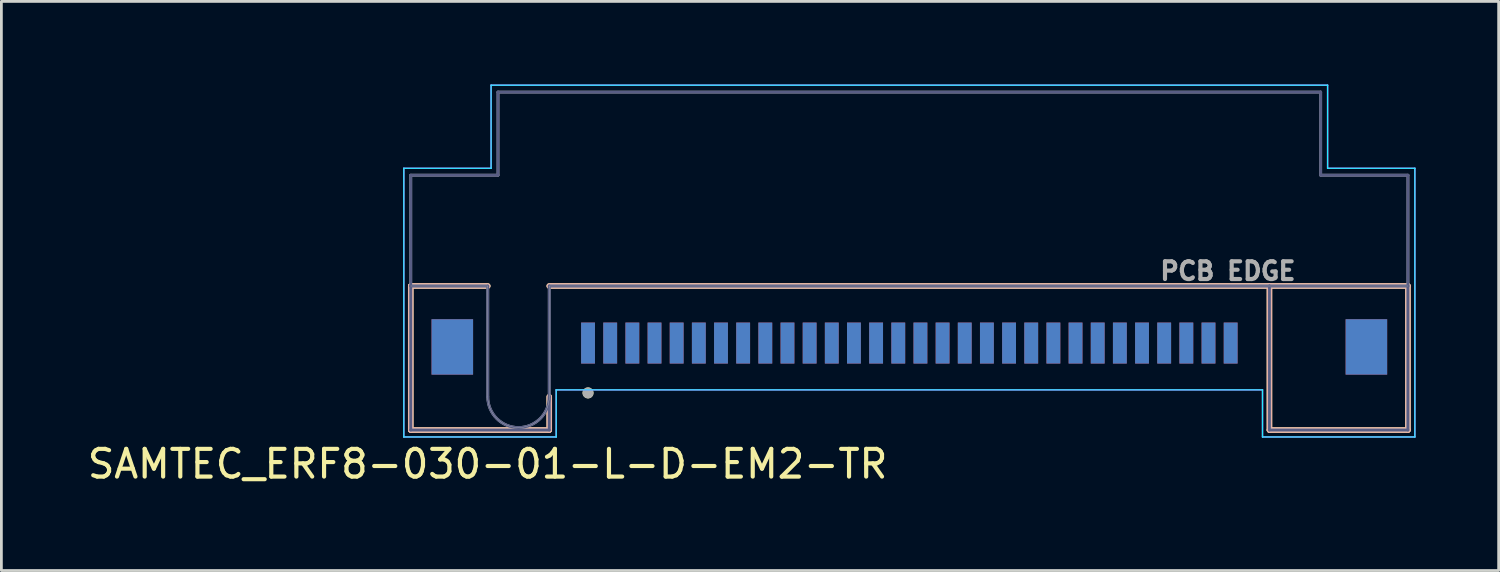
<source format=kicad_pcb>
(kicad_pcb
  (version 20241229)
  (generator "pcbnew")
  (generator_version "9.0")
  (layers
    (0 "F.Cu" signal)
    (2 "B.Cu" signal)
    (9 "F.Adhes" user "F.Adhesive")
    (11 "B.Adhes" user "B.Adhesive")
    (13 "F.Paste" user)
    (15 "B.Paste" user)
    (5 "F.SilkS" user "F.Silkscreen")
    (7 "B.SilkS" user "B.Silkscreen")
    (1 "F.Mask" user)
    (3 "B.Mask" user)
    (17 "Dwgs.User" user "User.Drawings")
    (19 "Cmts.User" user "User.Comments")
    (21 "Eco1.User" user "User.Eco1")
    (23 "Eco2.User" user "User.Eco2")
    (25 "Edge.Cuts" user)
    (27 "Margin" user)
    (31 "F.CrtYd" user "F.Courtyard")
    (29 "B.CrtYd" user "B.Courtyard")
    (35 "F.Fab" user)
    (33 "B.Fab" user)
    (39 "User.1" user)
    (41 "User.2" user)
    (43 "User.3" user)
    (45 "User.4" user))
  (footprint "SAMTEC_ERF8-030-01-L-D-EM2-TR"
    (layer "F.Cu")
    (at 29.779 9.335)
    (property "Reference" "SAMTEC_ERF8-030-01-L-D-EM2-TR" (at -15.225 4.365 0) (layer "F.SilkS") (effects (font (size 1 1) (thickness 0.15))))
    (attr smd)
    (fp_line (start -18 -2.06) (end -15.22 -2.06) (stroke (width 0.2) (type solid)) (layer "F.SilkS"))
    (fp_line (start -18 3.14) (end -18 -2.06) (stroke (width 0.2) (type solid)) (layer "F.SilkS"))
    (fp_line (start -13 -2.06) (end 13 -2.06) (stroke (width 0.2) (type solid)) (layer "F.SilkS"))
    (fp_line (start -13 3.14) (end -18 3.14) (stroke (width 0.2) (type solid)) (layer "F.SilkS"))
    (fp_line (start -13 3.14) (end -13 1.94) (stroke (width 0.2) (type solid)) (layer "F.SilkS"))
    (fp_line (start 13 -2.06) (end 18 -2.06) (stroke (width 0.2) (type solid)) (layer "F.SilkS"))
    (fp_line (start 13 3.14) (end 13 -2.06) (stroke (width 0.2) (type solid)) (layer "F.SilkS"))
    (fp_line (start 18 -2.06) (end 18 3.14) (stroke (width 0.2) (type solid)) (layer "F.SilkS"))
    (fp_line (start 18 3.14) (end 13 3.14) (stroke (width 0.2) (type solid)) (layer "F.SilkS"))
    (fp_circle (center -11.6 1.8) (end -11.5 1.8) (stroke (width 0.2) (type solid)) (fill no) (layer "F.SilkS"))
    (fp_line (start -18 -2.06) (end -15.22 -2.06) (stroke (width 0.2) (type solid)) (layer "B.SilkS"))
    (fp_line (start -18 3.14) (end -18 -2.06) (stroke (width 0.2) (type solid)) (layer "B.SilkS"))
    (fp_line (start -13 -2.06) (end 13 -2.06) (stroke (width 0.2) (type solid)) (layer "B.SilkS"))
    (fp_line (start -13 3.14) (end -18 3.14) (stroke (width 0.2) (type solid)) (layer "B.SilkS"))
    (fp_line (start -13 3.14) (end -13 1.94) (stroke (width 0.2) (type solid)) (layer "B.SilkS"))
    (fp_line (start 13 -2.06) (end 18 -2.06) (stroke (width 0.2) (type solid)) (layer "B.SilkS"))
    (fp_line (start 13 3.14) (end 13 -2.06) (stroke (width 0.2) (type solid)) (layer "B.SilkS"))
    (fp_line (start 18 -2.06) (end 18 3.14) (stroke (width 0.2) (type solid)) (layer "B.SilkS"))
    (fp_line (start 18 3.14) (end 13 3.14) (stroke (width 0.2) (type solid)) (layer "B.SilkS"))
    (fp_poly (pts (xy -11.78 1.44) (xy -11.42 1.44) (xy -11.42 0.17) (xy -11.6 -0.087) (xy -11.78 0.17)) (stroke (width 0.01) (type solid)) (fill yes) (layer "F.Paste"))
    (fp_poly (pts (xy -10.98 1.44) (xy -10.62 1.44) (xy -10.62 0.17) (xy -10.8 -0.087) (xy -10.98 0.17)) (stroke (width 0.01) (type solid)) (fill yes) (layer "F.Paste"))
    (fp_poly (pts (xy -10.18 1.44) (xy -9.82 1.44) (xy -9.82 0.17) (xy -10 -0.087) (xy -10.18 0.17)) (stroke (width 0.01) (type solid)) (fill yes) (layer "F.Paste"))
    (fp_poly (pts (xy -9.38 1.44) (xy -9.02 1.44) (xy -9.02 0.17) (xy -9.2 -0.087) (xy -9.38 0.17)) (stroke (width 0.01) (type solid)) (fill yes) (layer "F.Paste"))
    (fp_poly (pts (xy -8.58 1.44) (xy -8.22 1.44) (xy -8.22 0.17) (xy -8.4 -0.087) (xy -8.58 0.17)) (stroke (width 0.01) (type solid)) (fill yes) (layer "F.Paste"))
    (fp_poly (pts (xy -7.78 1.44) (xy -7.42 1.44) (xy -7.42 0.17) (xy -7.6 -0.087) (xy -7.78 0.17)) (stroke (width 0.01) (type solid)) (fill yes) (layer "F.Paste"))
    (fp_poly (pts (xy -6.98 1.44) (xy -6.62 1.44) (xy -6.62 0.17) (xy -6.8 -0.087) (xy -6.98 0.17)) (stroke (width 0.01) (type solid)) (fill yes) (layer "F.Paste"))
    (fp_poly (pts (xy -6.18 1.44) (xy -5.82 1.44) (xy -5.82 0.17) (xy -6 -0.087) (xy -6.18 0.17)) (stroke (width 0.01) (type solid)) (fill yes) (layer "F.Paste"))
    (fp_poly (pts (xy -5.38 1.44) (xy -5.02 1.44) (xy -5.02 0.17) (xy -5.2 -0.087) (xy -5.38 0.17)) (stroke (width 0.01) (type solid)) (fill yes) (layer "F.Paste"))
    (fp_poly (pts (xy -4.58 1.44) (xy -4.22 1.44) (xy -4.22 0.17) (xy -4.4 -0.087) (xy -4.58 0.17)) (stroke (width 0.01) (type solid)) (fill yes) (layer "F.Paste"))
    (fp_poly (pts (xy -3.78 1.44) (xy -3.42 1.44) (xy -3.42 0.17) (xy -3.6 -0.087) (xy -3.78 0.17)) (stroke (width 0.01) (type solid)) (fill yes) (layer "F.Paste"))
    (fp_poly (pts (xy -2.98 1.44) (xy -2.62 1.44) (xy -2.62 0.17) (xy -2.8 -0.087) (xy -2.98 0.17)) (stroke (width 0.01) (type solid)) (fill yes) (layer "F.Paste"))
    (fp_poly (pts (xy -2.18 1.44) (xy -1.82 1.44) (xy -1.82 0.17) (xy -2 -0.087) (xy -2.18 0.17)) (stroke (width 0.01) (type solid)) (fill yes) (layer "F.Paste"))
    (fp_poly (pts (xy -1.38 1.44) (xy -1.02 1.44) (xy -1.02 0.17) (xy -1.2 -0.087) (xy -1.38 0.17)) (stroke (width 0.01) (type solid)) (fill yes) (layer "F.Paste"))
    (fp_poly (pts (xy -0.58 1.44) (xy -0.22 1.44) (xy -0.22 0.17) (xy -0.4 -0.087) (xy -0.58 0.17)) (stroke (width 0.01) (type solid)) (fill yes) (layer "F.Paste"))
    (fp_poly (pts (xy 0.22 1.44) (xy 0.58 1.44) (xy 0.58 0.17) (xy 0.4 -0.087) (xy 0.22 0.17)) (stroke (width 0.01) (type solid)) (fill yes) (layer "F.Paste"))
    (fp_poly (pts (xy 1.02 1.44) (xy 1.38 1.44) (xy 1.38 0.17) (xy 1.2 -0.087) (xy 1.02 0.17)) (stroke (width 0.01) (type solid)) (fill yes) (layer "F.Paste"))
    (fp_poly (pts (xy 1.82 1.44) (xy 2.18 1.44) (xy 2.18 0.17) (xy 2 -0.087) (xy 1.82 0.17)) (stroke (width 0.01) (type solid)) (fill yes) (layer "F.Paste"))
    (fp_poly (pts (xy 2.62 1.44) (xy 2.98 1.44) (xy 2.98 0.17) (xy 2.8 -0.087) (xy 2.62 0.17)) (stroke (width 0.01) (type solid)) (fill yes) (layer "F.Paste"))
    (fp_poly (pts (xy 3.42 1.44) (xy 3.78 1.44) (xy 3.78 0.17) (xy 3.6 -0.087) (xy 3.42 0.17)) (stroke (width 0.01) (type solid)) (fill yes) (layer "F.Paste"))
    (fp_poly (pts (xy 4.22 1.44) (xy 4.58 1.44) (xy 4.58 0.17) (xy 4.4 -0.087) (xy 4.22 0.17)) (stroke (width 0.01) (type solid)) (fill yes) (layer "F.Paste"))
    (fp_poly (pts (xy 5.02 1.44) (xy 5.38 1.44) (xy 5.38 0.17) (xy 5.2 -0.087) (xy 5.02 0.17)) (stroke (width 0.01) (type solid)) (fill yes) (layer "F.Paste"))
    (fp_poly (pts (xy 5.82 1.44) (xy 6.18 1.44) (xy 6.18 0.17) (xy 6 -0.087) (xy 5.82 0.17)) (stroke (width 0.01) (type solid)) (fill yes) (layer "F.Paste"))
    (fp_poly (pts (xy 6.62 1.44) (xy 6.98 1.44) (xy 6.98 0.17) (xy 6.8 -0.087) (xy 6.62 0.17)) (stroke (width 0.01) (type solid)) (fill yes) (layer "F.Paste"))
    (fp_poly (pts (xy 7.42 1.44) (xy 7.78 1.44) (xy 7.78 0.17) (xy 7.6 -0.087) (xy 7.42 0.17)) (stroke (width 0.01) (type solid)) (fill yes) (layer "F.Paste"))
    (fp_poly (pts (xy 8.22 1.44) (xy 8.58 1.44) (xy 8.58 0.17) (xy 8.4 -0.087) (xy 8.22 0.17)) (stroke (width 0.01) (type solid)) (fill yes) (layer "F.Paste"))
    (fp_poly (pts (xy 9.02 1.44) (xy 9.38 1.44) (xy 9.38 0.17) (xy 9.2 -0.087) (xy 9.02 0.17)) (stroke (width 0.01) (type solid)) (fill yes) (layer "F.Paste"))
    (fp_poly (pts (xy 9.82 1.44) (xy 10.18 1.44) (xy 10.18 0.17) (xy 10 -0.087) (xy 9.82 0.17)) (stroke (width 0.01) (type solid)) (fill yes) (layer "F.Paste"))
    (fp_poly (pts (xy 10.62 1.44) (xy 10.98 1.44) (xy 10.98 0.17) (xy 10.8 -0.087) (xy 10.62 0.17)) (stroke (width 0.01) (type solid)) (fill yes) (layer "F.Paste"))
    (fp_poly (pts (xy 11.42 1.44) (xy 11.78 1.44) (xy 11.78 0.17) (xy 11.6 -0.087) (xy 11.42 0.17)) (stroke (width 0.01) (type solid)) (fill yes) (layer "F.Paste"))
    (fp_poly (pts (xy -11.78 1.44) (xy -11.42 1.44) (xy -11.42 0.17) (xy -11.6 -0.087) (xy -11.78 0.17)) (stroke (width 0.01) (type solid)) (fill yes) (layer "B.Paste"))
    (fp_poly (pts (xy -10.98 1.44) (xy -10.62 1.44) (xy -10.62 0.17) (xy -10.8 -0.087) (xy -10.98 0.17)) (stroke (width 0.01) (type solid)) (fill yes) (layer "B.Paste"))
    (fp_poly (pts (xy -10.18 1.44) (xy -9.82 1.44) (xy -9.82 0.17) (xy -10 -0.087) (xy -10.18 0.17)) (stroke (width 0.01) (type solid)) (fill yes) (layer "B.Paste"))
    (fp_poly (pts (xy -9.38 1.44) (xy -9.02 1.44) (xy -9.02 0.17) (xy -9.2 -0.087) (xy -9.38 0.17)) (stroke (width 0.01) (type solid)) (fill yes) (layer "B.Paste"))
    (fp_poly (pts (xy -8.58 1.44) (xy -8.22 1.44) (xy -8.22 0.17) (xy -8.4 -0.087) (xy -8.58 0.17)) (stroke (width 0.01) (type solid)) (fill yes) (layer "B.Paste"))
    (fp_poly (pts (xy -7.78 1.44) (xy -7.42 1.44) (xy -7.42 0.17) (xy -7.6 -0.087) (xy -7.78 0.17)) (stroke (width 0.01) (type solid)) (fill yes) (layer "B.Paste"))
    (fp_poly (pts (xy -6.98 1.44) (xy -6.62 1.44) (xy -6.62 0.17) (xy -6.8 -0.087) (xy -6.98 0.17)) (stroke (width 0.01) (type solid)) (fill yes) (layer "B.Paste"))
    (fp_poly (pts (xy -6.18 1.44) (xy -5.82 1.44) (xy -5.82 0.17) (xy -6 -0.087) (xy -6.18 0.17)) (stroke (width 0.01) (type solid)) (fill yes) (layer "B.Paste"))
    (fp_poly (pts (xy -5.38 1.44) (xy -5.02 1.44) (xy -5.02 0.17) (xy -5.2 -0.087) (xy -5.38 0.17)) (stroke (width 0.01) (type solid)) (fill yes) (layer "B.Paste"))
    (fp_poly (pts (xy -4.58 1.44) (xy -4.22 1.44) (xy -4.22 0.17) (xy -4.4 -0.087) (xy -4.58 0.17)) (stroke (width 0.01) (type solid)) (fill yes) (layer "B.Paste"))
    (fp_poly (pts (xy -3.78 1.44) (xy -3.42 1.44) (xy -3.42 0.17) (xy -3.6 -0.087) (xy -3.78 0.17)) (stroke (width 0.01) (type solid)) (fill yes) (layer "B.Paste"))
    (fp_poly (pts (xy -2.98 1.44) (xy -2.62 1.44) (xy -2.62 0.17) (xy -2.8 -0.087) (xy -2.98 0.17)) (stroke (width 0.01) (type solid)) (fill yes) (layer "B.Paste"))
    (fp_poly (pts (xy -2.18 1.44) (xy -1.82 1.44) (xy -1.82 0.17) (xy -2 -0.087) (xy -2.18 0.17)) (stroke (width 0.01) (type solid)) (fill yes) (layer "B.Paste"))
    (fp_poly (pts (xy -1.38 1.44) (xy -1.02 1.44) (xy -1.02 0.17) (xy -1.2 -0.087) (xy -1.38 0.17)) (stroke (width 0.01) (type solid)) (fill yes) (layer "B.Paste"))
    (fp_poly (pts (xy -0.58 1.44) (xy -0.22 1.44) (xy -0.22 0.17) (xy -0.4 -0.087) (xy -0.58 0.17)) (stroke (width 0.01) (type solid)) (fill yes) (layer "B.Paste"))
    (fp_poly (pts (xy 0.22 1.44) (xy 0.58 1.44) (xy 0.58 0.17) (xy 0.4 -0.087) (xy 0.22 0.17)) (stroke (width 0.01) (type solid)) (fill yes) (layer "B.Paste"))
    (fp_poly (pts (xy 1.02 1.44) (xy 1.38 1.44) (xy 1.38 0.17) (xy 1.2 -0.087) (xy 1.02 0.17)) (stroke (width 0.01) (type solid)) (fill yes) (layer "B.Paste"))
    (fp_poly (pts (xy 1.82 1.44) (xy 2.18 1.44) (xy 2.18 0.17) (xy 2 -0.087) (xy 1.82 0.17)) (stroke (width 0.01) (type solid)) (fill yes) (layer "B.Paste"))
    (fp_poly (pts (xy 2.62 1.44) (xy 2.98 1.44) (xy 2.98 0.17) (xy 2.8 -0.087) (xy 2.62 0.17)) (stroke (width 0.01) (type solid)) (fill yes) (layer "B.Paste"))
    (fp_poly (pts (xy 3.42 1.44) (xy 3.78 1.44) (xy 3.78 0.17) (xy 3.6 -0.087) (xy 3.42 0.17)) (stroke (width 0.01) (type solid)) (fill yes) (layer "B.Paste"))
    (fp_poly (pts (xy 4.22 1.44) (xy 4.58 1.44) (xy 4.58 0.17) (xy 4.4 -0.087) (xy 4.22 0.17)) (stroke (width 0.01) (type solid)) (fill yes) (layer "B.Paste"))
    (fp_poly (pts (xy 5.02 1.44) (xy 5.38 1.44) (xy 5.38 0.17) (xy 5.2 -0.087) (xy 5.02 0.17)) (stroke (width 0.01) (type solid)) (fill yes) (layer "B.Paste"))
    (fp_poly (pts (xy 5.82 1.44) (xy 6.18 1.44) (xy 6.18 0.17) (xy 6 -0.087) (xy 5.82 0.17)) (stroke (width 0.01) (type solid)) (fill yes) (layer "B.Paste"))
    (fp_poly (pts (xy 6.62 1.44) (xy 6.98 1.44) (xy 6.98 0.17) (xy 6.8 -0.087) (xy 6.62 0.17)) (stroke (width 0.01) (type solid)) (fill yes) (layer "B.Paste"))
    (fp_poly (pts (xy 7.42 1.44) (xy 7.78 1.44) (xy 7.78 0.17) (xy 7.6 -0.087) (xy 7.42 0.17)) (stroke (width 0.01) (type solid)) (fill yes) (layer "B.Paste"))
    (fp_poly (pts (xy 8.22 1.44) (xy 8.58 1.44) (xy 8.58 0.17) (xy 8.4 -0.087) (xy 8.22 0.17)) (stroke (width 0.01) (type solid)) (fill yes) (layer "B.Paste"))
    (fp_poly (pts (xy 9.02 1.44) (xy 9.38 1.44) (xy 9.38 0.17) (xy 9.2 -0.087) (xy 9.02 0.17)) (stroke (width 0.01) (type solid)) (fill yes) (layer "B.Paste"))
    (fp_poly (pts (xy 9.82 1.44) (xy 10.18 1.44) (xy 10.18 0.17) (xy 10 -0.087) (xy 9.82 0.17)) (stroke (width 0.01) (type solid)) (fill yes) (layer "B.Paste"))
    (fp_poly (pts (xy 10.62 1.44) (xy 10.98 1.44) (xy 10.98 0.17) (xy 10.8 -0.087) (xy 10.62 0.17)) (stroke (width 0.01) (type solid)) (fill yes) (layer "B.Paste"))
    (fp_poly (pts (xy 11.42 1.44) (xy 11.78 1.44) (xy 11.78 0.17) (xy 11.6 -0.087) (xy 11.42 0.17)) (stroke (width 0.01) (type solid)) (fill yes) (layer "B.Paste"))
    (fp_line (start -15.22 -2.06) (end -18 -2.06) (stroke (width 0.01) (type solid)) (layer "Edge.Cuts"))
    (fp_line (start -15.22 1.94) (end -15.22 -2.06) (stroke (width 0.01) (type solid)) (layer "Edge.Cuts"))
    (fp_line (start -13 -2.06) (end -13 1.94) (stroke (width 0.01) (type solid)) (layer "Edge.Cuts"))
    (fp_line (start 18 -2.06) (end -13 -2.06) (stroke (width 0.01) (type solid)) (layer "Edge.Cuts"))
    (fp_arc (start -14.11 3.05) (mid -14.894889 2.724889) (end -15.22 1.94) (stroke (width 0.01) (type solid)) (layer "Edge.Cuts"))
    (fp_arc (start -13 1.94) (mid -13.325111 2.724889) (end -14.11 3.05) (stroke (width 0.01) (type solid)) (layer "Edge.Cuts"))
    (fp_line (start -18.25 -6.31) (end -15.1 -6.31) (stroke (width 0.05) (type solid)) (layer "B.CrtYd"))
    (fp_line (start -18.25 3.39) (end -18.25 -6.31) (stroke (width 0.05) (type solid)) (layer "B.CrtYd"))
    (fp_line (start -15.1 -9.31) (end 15.1 -9.31) (stroke (width 0.05) (type solid)) (layer "B.CrtYd"))
    (fp_line (start -15.1 -6.31) (end -15.1 -9.31) (stroke (width 0.05) (type solid)) (layer "B.CrtYd"))
    (fp_line (start -12.75 1.69) (end 12.75 1.69) (stroke (width 0.05) (type solid)) (layer "B.CrtYd"))
    (fp_line (start -12.75 3.39) (end -18.25 3.39) (stroke (width 0.05) (type solid)) (layer "B.CrtYd"))
    (fp_line (start -12.75 3.39) (end -12.75 1.69) (stroke (width 0.05) (type solid)) (layer "B.CrtYd"))
    (fp_line (start 12.75 3.39) (end 12.75 1.69) (stroke (width 0.05) (type solid)) (layer "B.CrtYd"))
    (fp_line (start 15.1 -9.31) (end 15.1 -6.31) (stroke (width 0.05) (type solid)) (layer "B.CrtYd"))
    (fp_line (start 15.1 -6.31) (end 18.25 -6.31) (stroke (width 0.05) (type solid)) (layer "B.CrtYd"))
    (fp_line (start 18.25 -6.31) (end 18.25 3.39) (stroke (width 0.05) (type solid)) (layer "B.CrtYd"))
    (fp_line (start 18.25 3.39) (end 12.75 3.39) (stroke (width 0.05) (type solid)) (layer "B.CrtYd"))
    (fp_line (start -18.25 -6.31) (end -15.1 -6.31) (stroke (width 0.05) (type solid)) (layer "F.CrtYd"))
    (fp_line (start -18.25 3.39) (end -18.25 -6.31) (stroke (width 0.05) (type solid)) (layer "F.CrtYd"))
    (fp_line (start -15.1 -9.31) (end 15.1 -9.31) (stroke (width 0.05) (type solid)) (layer "F.CrtYd"))
    (fp_line (start -15.1 -6.31) (end -15.1 -9.31) (stroke (width 0.05) (type solid)) (layer "F.CrtYd"))
    (fp_line (start -12.75 1.69) (end 12.75 1.69) (stroke (width 0.05) (type solid)) (layer "F.CrtYd"))
    (fp_line (start -12.75 3.39) (end -18.25 3.39) (stroke (width 0.05) (type solid)) (layer "F.CrtYd"))
    (fp_line (start -12.75 3.39) (end -12.75 1.69) (stroke (width 0.05) (type solid)) (layer "F.CrtYd"))
    (fp_line (start 12.75 3.39) (end 12.75 1.69) (stroke (width 0.05) (type solid)) (layer "F.CrtYd"))
    (fp_line (start 15.1 -9.31) (end 15.1 -6.31) (stroke (width 0.05) (type solid)) (layer "F.CrtYd"))
    (fp_line (start 15.1 -6.31) (end 18.25 -6.31) (stroke (width 0.05) (type solid)) (layer "F.CrtYd"))
    (fp_line (start 18.25 -6.31) (end 18.25 3.39) (stroke (width 0.05) (type solid)) (layer "F.CrtYd"))
    (fp_line (start 18.25 3.39) (end 12.75 3.39) (stroke (width 0.05) (type solid)) (layer "F.CrtYd"))
    (fp_line (start -18 -6.06) (end -14.85 -6.06) (stroke (width 0.1) (type solid)) (layer "B.Fab"))
    (fp_line (start -18 -2.06) (end -18 -6.06) (stroke (width 0.1) (type solid)) (layer "B.Fab"))
    (fp_line (start -18 -2.06) (end -15.22 -2.06) (stroke (width 0.1) (type solid)) (layer "B.Fab"))
    (fp_line (start -18 3.14) (end -18 -2.06) (stroke (width 0.1) (type solid)) (layer "B.Fab"))
    (fp_line (start -15.22 -2.06) (end -15.22 1.94) (stroke (width 0.1) (type solid)) (layer "B.Fab"))
    (fp_line (start -14.85 -9.06) (end 14.85 -9.06) (stroke (width 0.1) (type solid)) (layer "B.Fab"))
    (fp_line (start -14.85 -6.06) (end -14.85 -9.06) (stroke (width 0.1) (type solid)) (layer "B.Fab"))
    (fp_line (start -13 -2.06) (end 13 -2.06) (stroke (width 0.1) (type solid)) (layer "B.Fab"))
    (fp_line (start -13 1.94) (end -13 -2.06) (stroke (width 0.1) (type solid)) (layer "B.Fab"))
    (fp_line (start -13 3.14) (end -18 3.14) (stroke (width 0.1) (type solid)) (layer "B.Fab"))
    (fp_line (start -13 3.14) (end -13 1.94) (stroke (width 0.1) (type solid)) (layer "B.Fab"))
    (fp_line (start 13 -2.06) (end 18 -2.06) (stroke (width 0.1) (type solid)) (layer "B.Fab"))
    (fp_line (start 13 3.14) (end 13 -2.06) (stroke (width 0.1) (type solid)) (layer "B.Fab"))
    (fp_line (start 14.85 -9.06) (end 14.85 -6.06) (stroke (width 0.1) (type solid)) (layer "B.Fab"))
    (fp_line (start 14.85 -6.06) (end 18 -6.06) (stroke (width 0.1) (type solid)) (layer "B.Fab"))
    (fp_line (start 18 -6.06) (end 18 -2.06) (stroke (width 0.1) (type solid)) (layer "B.Fab"))
    (fp_line (start 18 -2.06) (end 18 3.14) (stroke (width 0.1) (type solid)) (layer "B.Fab"))
    (fp_line (start 18 3.14) (end 13 3.14) (stroke (width 0.1) (type solid)) (layer "B.Fab"))
    (fp_arc (start -14.11 3.05) (mid -14.894889 2.724889) (end -15.22 1.94) (stroke (width 0.1) (type solid)) (layer "B.Fab"))
    (fp_arc (start -13 1.94) (mid -13.325111 2.724889) (end -14.11 3.05) (stroke (width 0.1) (type solid)) (layer "B.Fab"))
    (fp_line (start -18 -6.06) (end -14.85 -6.06) (stroke (width 0.1) (type solid)) (layer "F.Fab"))
    (fp_line (start -18 -2.06) (end -18 -6.06) (stroke (width 0.1) (type solid)) (layer "F.Fab"))
    (fp_line (start -18 -2.06) (end -15.22 -2.06) (stroke (width 0.1) (type solid)) (layer "F.Fab"))
    (fp_line (start -18 3.14) (end -18 -2.06) (stroke (width 0.1) (type solid)) (layer "F.Fab"))
    (fp_line (start -15.22 -2.06) (end -15.22 1.94) (stroke (width 0.1) (type solid)) (layer "F.Fab"))
    (fp_line (start -14.85 -9.06) (end 14.85 -9.06) (stroke (width 0.1) (type solid)) (layer "F.Fab"))
    (fp_line (start -14.85 -6.06) (end -14.85 -9.06) (stroke (width 0.1) (type solid)) (layer "F.Fab"))
    (fp_line (start -13 -2.06) (end 13 -2.06) (stroke (width 0.1) (type solid)) (layer "F.Fab"))
    (fp_line (start -13 1.94) (end -13 -2.06) (stroke (width 0.1) (type solid)) (layer "F.Fab"))
    (fp_line (start -13 3.14) (end -18 3.14) (stroke (width 0.1) (type solid)) (layer "F.Fab"))
    (fp_line (start -13 3.14) (end -13 1.94) (stroke (width 0.1) (type solid)) (layer "F.Fab"))
    (fp_line (start 13 -2.06) (end 18 -2.06) (stroke (width 0.1) (type solid)) (layer "F.Fab"))
    (fp_line (start 13 3.14) (end 13 -2.06) (stroke (width 0.1) (type solid)) (layer "F.Fab"))
    (fp_line (start 14.85 -9.06) (end 14.85 -6.06) (stroke (width 0.1) (type solid)) (layer "F.Fab"))
    (fp_line (start 14.85 -6.06) (end 18 -6.06) (stroke (width 0.1) (type solid)) (layer "F.Fab"))
    (fp_line (start 18 -6.06) (end 18 -2.06) (stroke (width 0.1) (type solid)) (layer "F.Fab"))
    (fp_line (start 18 -2.06) (end 18 3.14) (stroke (width 0.1) (type solid)) (layer "F.Fab"))
    (fp_line (start 18 3.14) (end 13 3.14) (stroke (width 0.1) (type solid)) (layer "F.Fab"))
    (fp_arc (start -14.11 3.05) (mid -14.894889 2.724889) (end -15.22 1.94) (stroke (width 0.1) (type solid)) (layer "F.Fab"))
    (fp_arc (start -13 1.94) (mid -13.325111 2.724889) (end -14.11 3.05) (stroke (width 0.1) (type solid)) (layer "F.Fab"))
    (fp_circle (center -11.6 1.8) (end -11.5 1.8) (stroke (width 0.2) (type solid)) (fill no) (layer "F.Fab"))
    (fp_text user "PCB EDGE" (at 11.5 -2.6 0) (layer "F.Fab") (effects (font (size 0.64 0.64) (thickness 0.15))))
    (pad "01" smd rect (at -11.6 0) (size 0.5 1.48) (layers "F.Cu" "F.Mask"))
    (pad "02" smd rect (at -11.6 0) (size 0.5 1.48) (layers "B.Cu" "B.Mask"))
    (pad "03" smd rect (at -10.8 0) (size 0.5 1.48) (layers "F.Cu" "F.Mask"))
    (pad "04" smd rect (at -10.8 0) (size 0.5 1.48) (layers "B.Cu" "B.Mask"))
    (pad "05" smd rect (at -10 0) (size 0.5 1.48) (layers "F.Cu" "F.Mask"))
    (pad "06" smd rect (at -10 0) (size 0.5 1.48) (layers "B.Cu" "B.Mask"))
    (pad "07" smd rect (at -9.2 0) (size 0.5 1.48) (layers "F.Cu" "F.Mask"))
    (pad "08" smd rect (at -9.2 0) (size 0.5 1.48) (layers "B.Cu" "B.Mask"))
    (pad "09" smd rect (at -8.4 0) (size 0.5 1.48) (layers "F.Cu" "F.Mask"))
    (pad "10" smd rect (at -8.4 0) (size 0.5 1.48) (layers "B.Cu" "B.Mask"))
    (pad "11" smd rect (at -7.6 0) (size 0.5 1.48) (layers "F.Cu" "F.Mask"))
    (pad "12" smd rect (at -7.6 0) (size 0.5 1.48) (layers "B.Cu" "B.Mask"))
    (pad "13" smd rect (at -6.8 0) (size 0.5 1.48) (layers "F.Cu" "F.Mask"))
    (pad "14" smd rect (at -6.8 0) (size 0.5 1.48) (layers "B.Cu" "B.Mask"))
    (pad "15" smd rect (at -6 0) (size 0.5 1.48) (layers "F.Cu" "F.Mask"))
    (pad "16" smd rect (at -6 0) (size 0.5 1.48) (layers "B.Cu" "B.Mask"))
    (pad "17" smd rect (at -5.2 0) (size 0.5 1.48) (layers "F.Cu" "F.Mask"))
    (pad "18" smd rect (at -5.2 0) (size 0.5 1.48) (layers "B.Cu" "B.Mask"))
    (pad "19" smd rect (at -4.4 0) (size 0.5 1.48) (layers "F.Cu" "F.Mask"))
    (pad "20" smd rect (at -4.4 0) (size 0.5 1.48) (layers "B.Cu" "B.Mask"))
    (pad "21" smd rect (at -3.6 0) (size 0.5 1.48) (layers "F.Cu" "F.Mask"))
    (pad "22" smd rect (at -3.6 0) (size 0.5 1.48) (layers "B.Cu" "B.Mask"))
    (pad "23" smd rect (at -2.8 0) (size 0.5 1.48) (layers "F.Cu" "F.Mask"))
    (pad "24" smd rect (at -2.8 0) (size 0.5 1.48) (layers "B.Cu" "B.Mask"))
    (pad "25" smd rect (at -2 0) (size 0.5 1.48) (layers "F.Cu" "F.Mask"))
    (pad "26" smd rect (at -2 0) (size 0.5 1.48) (layers "B.Cu" "B.Mask"))
    (pad "27" smd rect (at -1.2 0) (size 0.5 1.48) (layers "F.Cu" "F.Mask"))
    (pad "28" smd rect (at -1.2 0) (size 0.5 1.48) (layers "B.Cu" "B.Mask"))
    (pad "29" smd rect (at -0.4 0) (size 0.5 1.48) (layers "F.Cu" "F.Mask"))
    (pad "30" smd rect (at -0.4 0) (size 0.5 1.48) (layers "B.Cu" "B.Mask"))
    (pad "31" smd rect (at 0.4 0) (size 0.5 1.48) (layers "F.Cu" "F.Mask"))
    (pad "32" smd rect (at 0.4 0) (size 0.5 1.48) (layers "B.Cu" "B.Mask"))
    (pad "33" smd rect (at 1.2 0) (size 0.5 1.48) (layers "F.Cu" "F.Mask"))
    (pad "34" smd rect (at 1.2 0) (size 0.5 1.48) (layers "B.Cu" "B.Mask"))
    (pad "35" smd rect (at 2 0) (size 0.5 1.48) (layers "F.Cu" "F.Mask"))
    (pad "36" smd rect (at 2 0) (size 0.5 1.48) (layers "B.Cu" "B.Mask"))
    (pad "37" smd rect (at 2.8 0) (size 0.5 1.48) (layers "F.Cu" "F.Mask"))
    (pad "38" smd rect (at 2.8 0) (size 0.5 1.48) (layers "B.Cu" "B.Mask"))
    (pad "39" smd rect (at 3.6 0) (size 0.5 1.48) (layers "F.Cu" "F.Mask"))
    (pad "40" smd rect (at 3.6 0) (size 0.5 1.48) (layers "B.Cu" "B.Mask"))
    (pad "41" smd rect (at 4.4 0) (size 0.5 1.48) (layers "F.Cu" "F.Mask"))
    (pad "42" smd rect (at 4.4 0) (size 0.5 1.48) (layers "B.Cu" "B.Mask"))
    (pad "43" smd rect (at 5.2 0) (size 0.5 1.48) (layers "F.Cu" "F.Mask"))
    (pad "44" smd rect (at 5.2 0) (size 0.5 1.48) (layers "B.Cu" "B.Mask"))
    (pad "45" smd rect (at 6 0) (size 0.5 1.48) (layers "F.Cu" "F.Mask"))
    (pad "46" smd rect (at 6 0) (size 0.5 1.48) (layers "B.Cu" "B.Mask"))
    (pad "47" smd rect (at 6.8 0) (size 0.5 1.48) (layers "F.Cu" "F.Mask"))
    (pad "48" smd rect (at 6.8 0) (size 0.5 1.48) (layers "B.Cu" "B.Mask"))
    (pad "49" smd rect (at 7.6 0) (size 0.5 1.48) (layers "F.Cu" "F.Mask"))
    (pad "50" smd rect (at 7.6 0) (size 0.5 1.48) (layers "B.Cu" "B.Mask"))
    (pad "51" smd rect (at 8.4 0) (size 0.5 1.48) (layers "F.Cu" "F.Mask"))
    (pad "52" smd rect (at 8.4 0) (size 0.5 1.48) (layers "B.Cu" "B.Mask"))
    (pad "53" smd rect (at 9.2 0) (size 0.5 1.48) (layers "F.Cu" "F.Mask"))
    (pad "54" smd rect (at 9.2 0) (size 0.5 1.48) (layers "B.Cu" "B.Mask"))
    (pad "55" smd rect (at 10 0) (size 0.5 1.48) (layers "F.Cu" "F.Mask"))
    (pad "56" smd rect (at 10 0) (size 0.5 1.48) (layers "B.Cu" "B.Mask"))
    (pad "57" smd rect (at 10.8 0) (size 0.5 1.48) (layers "F.Cu" "F.Mask"))
    (pad "58" smd rect (at 10.8 0) (size 0.5 1.48) (layers "B.Cu" "B.Mask"))
    (pad "59" smd rect (at 11.6 0) (size 0.5 1.48) (layers "F.Cu" "F.Mask"))
    (pad "60" smd rect (at 11.6 0) (size 0.5 1.48) (layers "B.Cu" "B.Mask"))
    (pad "S1" smd rect (at -16.5 0.14) (size 1.5 2) (layers "F.Cu" "F.Mask" "F.Paste"))
    (pad "S2" smd rect (at -16.5 0.14) (size 1.5 2) (layers "B.Cu" "B.Mask" "B.Paste"))
    (pad "S3" smd rect (at 16.5 0.14) (size 1.5 2) (layers "F.Cu" "F.Mask" "F.Paste"))
    (pad "S4" smd rect (at 16.5 0.14) (size 1.5 2) (layers "B.Cu" "B.Mask" "B.Paste")))
  (gr_rect
    (start -3 -3)
    (end 51.054 17.548)
    (stroke (width 0.1) (type default))
    (fill no)
    (layer "Edge.Cuts")))
</source>
